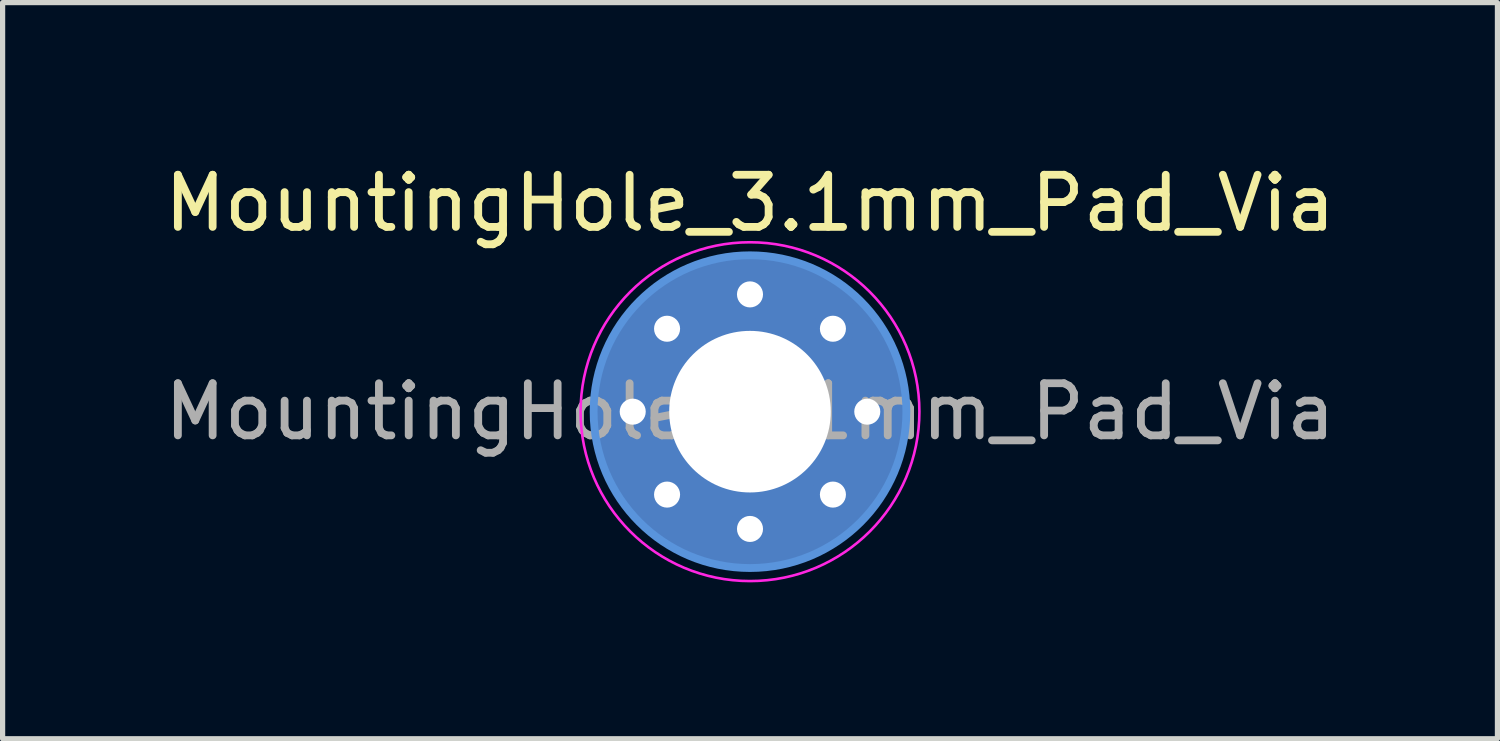
<source format=kicad_pcb>
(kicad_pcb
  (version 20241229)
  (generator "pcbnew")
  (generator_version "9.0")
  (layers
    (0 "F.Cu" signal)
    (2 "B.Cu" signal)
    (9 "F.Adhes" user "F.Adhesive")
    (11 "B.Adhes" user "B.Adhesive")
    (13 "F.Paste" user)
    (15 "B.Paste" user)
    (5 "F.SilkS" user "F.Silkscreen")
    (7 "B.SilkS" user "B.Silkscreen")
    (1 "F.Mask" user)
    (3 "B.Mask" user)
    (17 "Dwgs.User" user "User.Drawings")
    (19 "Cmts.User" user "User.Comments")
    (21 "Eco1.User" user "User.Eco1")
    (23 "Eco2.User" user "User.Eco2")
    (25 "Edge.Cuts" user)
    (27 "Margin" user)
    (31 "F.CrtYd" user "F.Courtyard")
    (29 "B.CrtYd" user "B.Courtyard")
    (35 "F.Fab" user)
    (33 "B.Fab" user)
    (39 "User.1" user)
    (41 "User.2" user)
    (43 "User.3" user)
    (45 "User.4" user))
  (footprint "MountingHole_3.1mm_Pad_Via"
    (layer "F.Cu")
    (at 11.339 4.848)
    (property "Reference" "MountingHole_3.1mm_Pad_Via" (at 0 -4 0) (layer "F.SilkS") (effects (font (size 1 1) (thickness 0.15))))
    (attr exclude_from_pos_files exclude_from_bom)
    (fp_circle (center 0 0) (end 3 0) (stroke (width 0.15) (type solid)) (fill no) (layer "Cmts.User"))
    (fp_circle (center 0 0) (end 3.25 0) (stroke (width 0.05) (type solid)) (fill no) (layer "F.CrtYd"))
    (fp_text user "${REFERENCE}" (at 0 0 0) (layer "F.Fab") (effects (font (size 1 1) (thickness 0.15))))
    (pad "1" thru_hole circle (at -2.25 0) (size 0.8 0.8) (drill 0.5) (layers "*.Cu" "*.Mask"))
    (pad "1" thru_hole circle (at -1.591 -1.591) (size 0.8 0.8) (drill 0.5) (layers "*.Cu" "*.Mask"))
    (pad "1" thru_hole circle (at -1.591 1.591) (size 0.8 0.8) (drill 0.5) (layers "*.Cu" "*.Mask"))
    (pad "1" thru_hole circle (at 0 -2.25) (size 0.8 0.8) (drill 0.5) (layers "*.Cu" "*.Mask"))
    (pad "1" thru_hole circle (at 0 0) (size 6 6) (drill 3.1) (layers "*.Cu" "*.Mask"))
    (pad "1" thru_hole circle (at 0 2.25) (size 0.8 0.8) (drill 0.5) (layers "*.Cu" "*.Mask"))
    (pad "1" thru_hole circle (at 1.591 -1.591) (size 0.8 0.8) (drill 0.5) (layers "*.Cu" "*.Mask"))
    (pad "1" thru_hole circle (at 1.591 1.591) (size 0.8 0.8) (drill 0.5) (layers "*.Cu" "*.Mask"))
    (pad "1" thru_hole circle (at 2.25 0) (size 0.8 0.8) (drill 0.5) (layers "*.Cu" "*.Mask")))
  (gr_rect
    (start -3 -3)
    (end 25.679 11.123)
    (stroke (width 0.1) (type default))
    (fill no)
    (layer "Edge.Cuts")))
</source>
